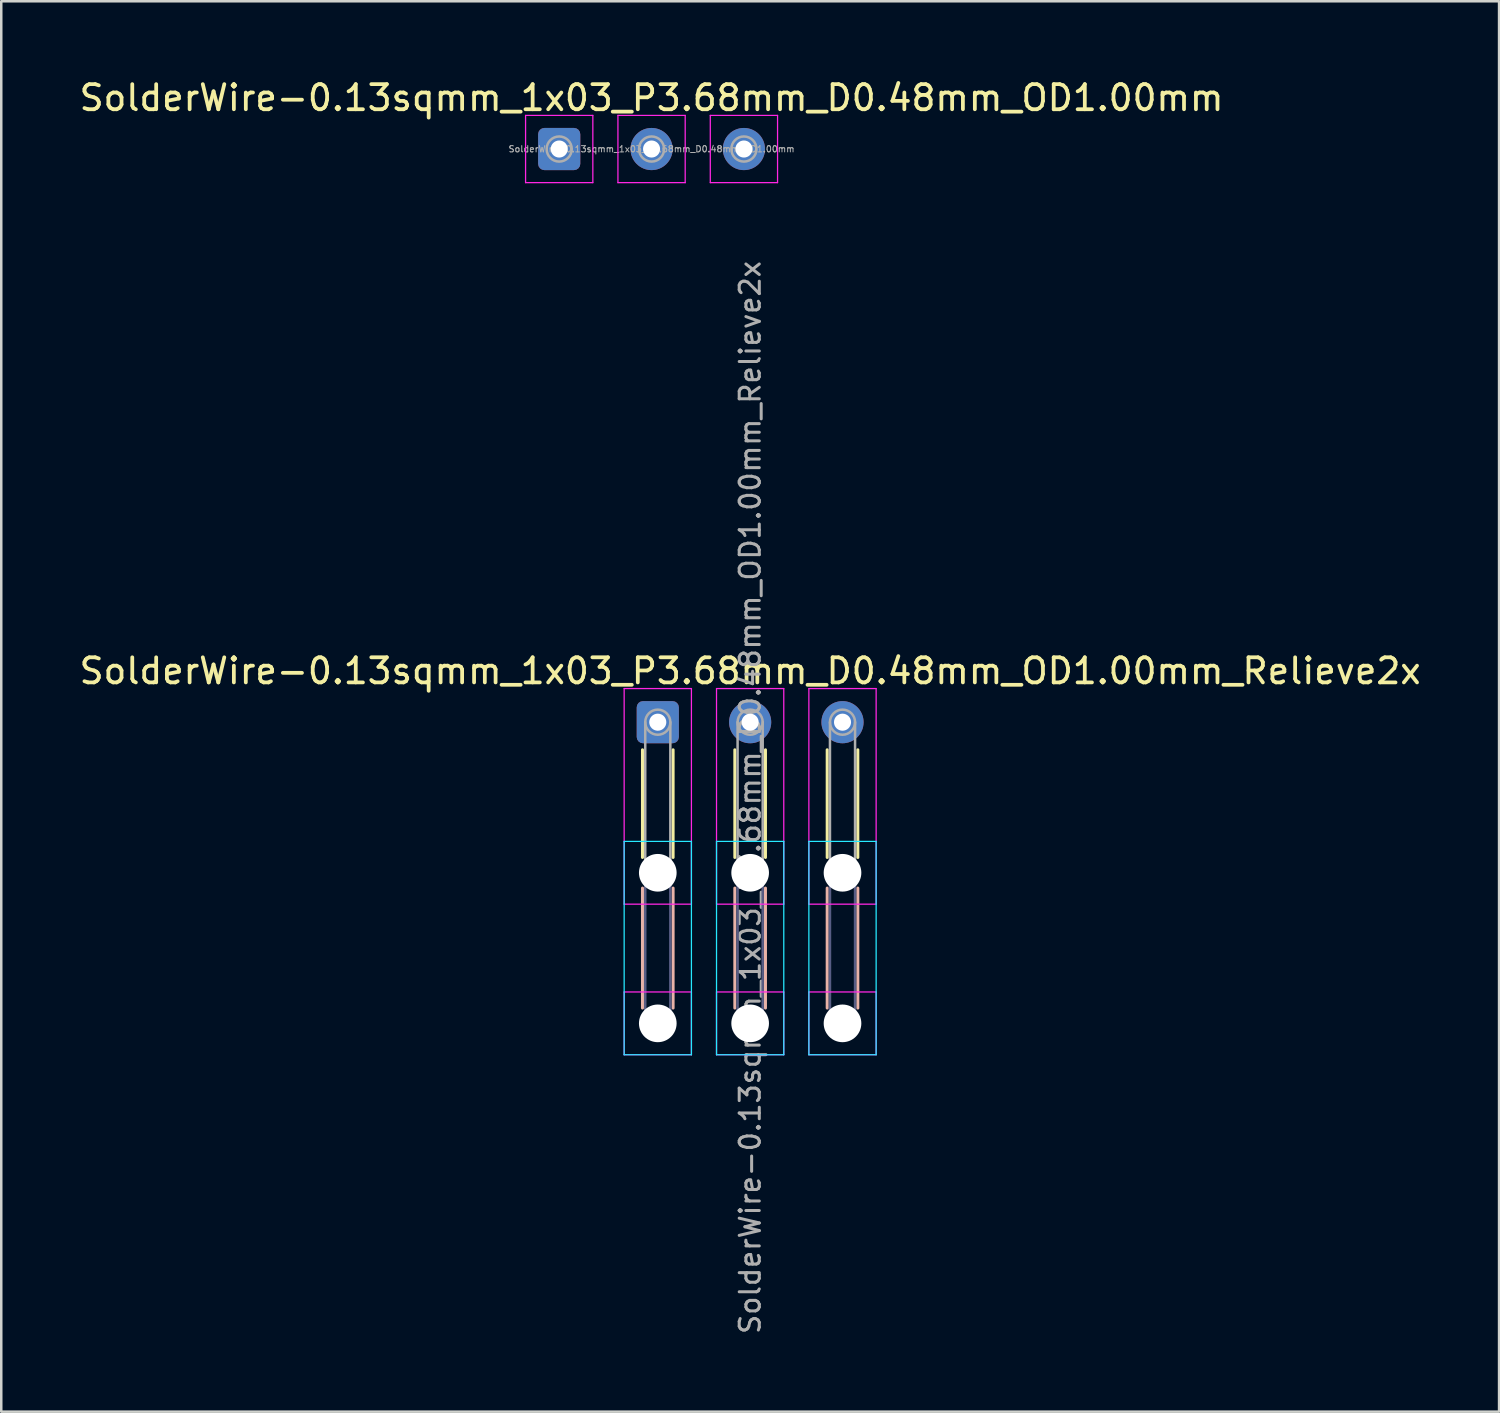
<source format=kicad_pcb>
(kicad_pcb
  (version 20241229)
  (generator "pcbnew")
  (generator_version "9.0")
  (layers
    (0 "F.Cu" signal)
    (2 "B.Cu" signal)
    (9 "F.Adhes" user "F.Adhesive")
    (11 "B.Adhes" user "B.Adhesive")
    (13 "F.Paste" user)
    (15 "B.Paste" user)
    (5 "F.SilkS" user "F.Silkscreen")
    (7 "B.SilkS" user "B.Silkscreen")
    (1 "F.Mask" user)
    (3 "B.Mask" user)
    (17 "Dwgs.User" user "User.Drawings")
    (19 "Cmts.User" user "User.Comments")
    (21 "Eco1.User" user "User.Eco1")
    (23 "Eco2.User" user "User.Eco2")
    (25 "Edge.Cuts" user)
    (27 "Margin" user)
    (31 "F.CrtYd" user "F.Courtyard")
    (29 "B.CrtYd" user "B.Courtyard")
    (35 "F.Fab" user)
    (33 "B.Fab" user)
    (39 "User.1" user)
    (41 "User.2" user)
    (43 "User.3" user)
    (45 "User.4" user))
  (footprint "SolderWire-0.13sqmm_1x03_P3.68mm_D0.48mm_OD1.00mm_Relieve2x"
    (layer "F.Cu")
    (at 23.159 25.725)
    (property "Reference" "SolderWire-0.13sqmm_1x03_P3.68mm_D0.48mm_OD1.00mm_Relieve2x" (at 3.68 -2.04 0) (layer "F.SilkS") (effects (font (size 1 1) (thickness 0.15))))
    (attr exclude_from_pos_files exclude_from_bom)
    (fp_line (start -0.61 1.1) (end -0.61 5.39) (stroke (width 0.12) (type solid)) (layer "F.SilkS"))
    (fp_line (start 0.61 1.1) (end 0.61 5.39) (stroke (width 0.12) (type solid)) (layer "F.SilkS"))
    (fp_line (start 3.07 1.1) (end 3.07 5.39) (stroke (width 0.12) (type solid)) (layer "F.SilkS"))
    (fp_line (start 4.29 1.1) (end 4.29 5.39) (stroke (width 0.12) (type solid)) (layer "F.SilkS"))
    (fp_line (start 6.75 1.1) (end 6.75 5.39) (stroke (width 0.12) (type solid)) (layer "F.SilkS"))
    (fp_line (start 7.97 1.1) (end 7.97 5.39) (stroke (width 0.12) (type solid)) (layer "F.SilkS"))
    (fp_line (start -0.61 6.61) (end -0.61 11.39) (stroke (width 0.12) (type solid)) (layer "B.SilkS"))
    (fp_line (start 0.61 6.61) (end 0.61 11.39) (stroke (width 0.12) (type solid)) (layer "B.SilkS"))
    (fp_line (start 3.07 6.61) (end 3.07 11.39) (stroke (width 0.12) (type solid)) (layer "B.SilkS"))
    (fp_line (start 4.29 6.61) (end 4.29 11.39) (stroke (width 0.12) (type solid)) (layer "B.SilkS"))
    (fp_line (start 6.75 6.61) (end 6.75 11.39) (stroke (width 0.12) (type solid)) (layer "B.SilkS"))
    (fp_line (start 7.97 6.61) (end 7.97 11.39) (stroke (width 0.12) (type solid)) (layer "B.SilkS"))
    (fp_line (start -1.34 4.75) (end -1.34 13.25) (stroke (width 0.05) (type solid)) (layer "B.CrtYd"))
    (fp_line (start -1.34 13.25) (end 1.34 13.25) (stroke (width 0.05) (type solid)) (layer "B.CrtYd"))
    (fp_line (start 1.34 4.75) (end -1.34 4.75) (stroke (width 0.05) (type solid)) (layer "B.CrtYd"))
    (fp_line (start 1.34 13.25) (end 1.34 4.75) (stroke (width 0.05) (type solid)) (layer "B.CrtYd"))
    (fp_line (start 2.34 4.75) (end 2.34 13.25) (stroke (width 0.05) (type solid)) (layer "B.CrtYd"))
    (fp_line (start 2.34 13.25) (end 5.02 13.25) (stroke (width 0.05) (type solid)) (layer "B.CrtYd"))
    (fp_line (start 5.02 4.75) (end 2.34 4.75) (stroke (width 0.05) (type solid)) (layer "B.CrtYd"))
    (fp_line (start 5.02 13.25) (end 5.02 4.75) (stroke (width 0.05) (type solid)) (layer "B.CrtYd"))
    (fp_line (start 6.02 4.75) (end 6.02 13.25) (stroke (width 0.05) (type solid)) (layer "B.CrtYd"))
    (fp_line (start 6.02 13.25) (end 8.7 13.25) (stroke (width 0.05) (type solid)) (layer "B.CrtYd"))
    (fp_line (start 8.7 4.75) (end 6.02 4.75) (stroke (width 0.05) (type solid)) (layer "B.CrtYd"))
    (fp_line (start 8.7 13.25) (end 8.7 4.75) (stroke (width 0.05) (type solid)) (layer "B.CrtYd"))
    (fp_line (start -1.34 -1.34) (end -1.34 7.25) (stroke (width 0.05) (type solid)) (layer "F.CrtYd"))
    (fp_line (start -1.34 7.25) (end 1.34 7.25) (stroke (width 0.05) (type solid)) (layer "F.CrtYd"))
    (fp_line (start -1.34 10.75) (end -1.34 13.25) (stroke (width 0.05) (type solid)) (layer "F.CrtYd"))
    (fp_line (start -1.34 13.25) (end 1.34 13.25) (stroke (width 0.05) (type solid)) (layer "F.CrtYd"))
    (fp_line (start 1.34 -1.34) (end -1.34 -1.34) (stroke (width 0.05) (type solid)) (layer "F.CrtYd"))
    (fp_line (start 1.34 7.25) (end 1.34 -1.34) (stroke (width 0.05) (type solid)) (layer "F.CrtYd"))
    (fp_line (start 1.34 10.75) (end -1.34 10.75) (stroke (width 0.05) (type solid)) (layer "F.CrtYd"))
    (fp_line (start 1.34 13.25) (end 1.34 10.75) (stroke (width 0.05) (type solid)) (layer "F.CrtYd"))
    (fp_line (start 2.34 -1.34) (end 2.34 7.25) (stroke (width 0.05) (type solid)) (layer "F.CrtYd"))
    (fp_line (start 2.34 7.25) (end 5.02 7.25) (stroke (width 0.05) (type solid)) (layer "F.CrtYd"))
    (fp_line (start 2.34 10.75) (end 2.34 13.25) (stroke (width 0.05) (type solid)) (layer "F.CrtYd"))
    (fp_line (start 2.34 13.25) (end 5.02 13.25) (stroke (width 0.05) (type solid)) (layer "F.CrtYd"))
    (fp_line (start 5.02 -1.34) (end 2.34 -1.34) (stroke (width 0.05) (type solid)) (layer "F.CrtYd"))
    (fp_line (start 5.02 7.25) (end 5.02 -1.34) (stroke (width 0.05) (type solid)) (layer "F.CrtYd"))
    (fp_line (start 5.02 10.75) (end 2.34 10.75) (stroke (width 0.05) (type solid)) (layer "F.CrtYd"))
    (fp_line (start 5.02 13.25) (end 5.02 10.75) (stroke (width 0.05) (type solid)) (layer "F.CrtYd"))
    (fp_line (start 6.02 -1.34) (end 6.02 7.25) (stroke (width 0.05) (type solid)) (layer "F.CrtYd"))
    (fp_line (start 6.02 7.25) (end 8.7 7.25) (stroke (width 0.05) (type solid)) (layer "F.CrtYd"))
    (fp_line (start 6.02 10.75) (end 6.02 13.25) (stroke (width 0.05) (type solid)) (layer "F.CrtYd"))
    (fp_line (start 6.02 13.25) (end 8.7 13.25) (stroke (width 0.05) (type solid)) (layer "F.CrtYd"))
    (fp_line (start 8.7 -1.34) (end 6.02 -1.34) (stroke (width 0.05) (type solid)) (layer "F.CrtYd"))
    (fp_line (start 8.7 7.25) (end 8.7 -1.34) (stroke (width 0.05) (type solid)) (layer "F.CrtYd"))
    (fp_line (start 8.7 10.75) (end 6.02 10.75) (stroke (width 0.05) (type solid)) (layer "F.CrtYd"))
    (fp_line (start 8.7 13.25) (end 8.7 10.75) (stroke (width 0.05) (type solid)) (layer "F.CrtYd"))
    (fp_line (start -0.5 6) (end -0.5 12) (stroke (width 0.1) (type solid)) (layer "B.Fab"))
    (fp_line (start 0.5 6) (end 0.5 12) (stroke (width 0.1) (type solid)) (layer "B.Fab"))
    (fp_line (start 3.18 6) (end 3.18 12) (stroke (width 0.1) (type solid)) (layer "B.Fab"))
    (fp_line (start 4.18 6) (end 4.18 12) (stroke (width 0.1) (type solid)) (layer "B.Fab"))
    (fp_line (start 6.86 6) (end 6.86 12) (stroke (width 0.1) (type solid)) (layer "B.Fab"))
    (fp_line (start 7.86 6) (end 7.86 12) (stroke (width 0.1) (type solid)) (layer "B.Fab"))
    (fp_circle (center 0 6) (end 0.5 6) (stroke (width 0.1) (type solid)) (fill no) (layer "B.Fab"))
    (fp_circle (center 0 12) (end 0.5 12) (stroke (width 0.1) (type solid)) (fill no) (layer "B.Fab"))
    (fp_circle (center 3.68 6) (end 4.18 6) (stroke (width 0.1) (type solid)) (fill no) (layer "B.Fab"))
    (fp_circle (center 3.68 12) (end 4.18 12) (stroke (width 0.1) (type solid)) (fill no) (layer "B.Fab"))
    (fp_circle (center 7.36 6) (end 7.86 6) (stroke (width 0.1) (type solid)) (fill no) (layer "B.Fab"))
    (fp_circle (center 7.36 12) (end 7.86 12) (stroke (width 0.1) (type solid)) (fill no) (layer "B.Fab"))
    (fp_line (start -0.5 0) (end -0.5 6) (stroke (width 0.1) (type solid)) (layer "F.Fab"))
    (fp_line (start 0.5 0) (end 0.5 6) (stroke (width 0.1) (type solid)) (layer "F.Fab"))
    (fp_line (start 3.18 0) (end 3.18 6) (stroke (width 0.1) (type solid)) (layer "F.Fab"))
    (fp_line (start 4.18 0) (end 4.18 6) (stroke (width 0.1) (type solid)) (layer "F.Fab"))
    (fp_line (start 6.86 0) (end 6.86 6) (stroke (width 0.1) (type solid)) (layer "F.Fab"))
    (fp_line (start 7.86 0) (end 7.86 6) (stroke (width 0.1) (type solid)) (layer "F.Fab"))
    (fp_circle (center 0 0) (end 0.5 0) (stroke (width 0.1) (type solid)) (fill no) (layer "F.Fab"))
    (fp_circle (center 0 6) (end 0.5 6) (stroke (width 0.1) (type solid)) (fill no) (layer "F.Fab"))
    (fp_circle (center 0 12) (end 0.5 12) (stroke (width 0.1) (type solid)) (fill no) (layer "F.Fab"))
    (fp_circle (center 3.68 0) (end 4.18 0) (stroke (width 0.1) (type solid)) (fill no) (layer "F.Fab"))
    (fp_circle (center 3.68 6) (end 4.18 6) (stroke (width 0.1) (type solid)) (fill no) (layer "F.Fab"))
    (fp_circle (center 3.68 12) (end 4.18 12) (stroke (width 0.1) (type solid)) (fill no) (layer "F.Fab"))
    (fp_circle (center 7.36 0) (end 7.86 0) (stroke (width 0.1) (type solid)) (fill no) (layer "F.Fab"))
    (fp_circle (center 7.36 6) (end 7.86 6) (stroke (width 0.1) (type solid)) (fill no) (layer "F.Fab"))
    (fp_circle (center 7.36 12) (end 7.86 12) (stroke (width 0.1) (type solid)) (fill no) (layer "F.Fab"))
    (fp_text user "${REFERENCE}" (at 3.68 3 90) (layer "F.Fab") (effects (font (size 0.8 0.8) (thickness 0.12))))
    (pad "" np_thru_hole circle (at 0 6) (size 1.5 1.5) (drill 1.5) (layers "*.Cu" "*.Mask"))
    (pad "" np_thru_hole circle (at 0 12) (size 1.5 1.5) (drill 1.5) (layers "*.Cu" "*.Mask"))
    (pad "" np_thru_hole circle (at 3.68 6) (size 1.5 1.5) (drill 1.5) (layers "*.Cu" "*.Mask"))
    (pad "" np_thru_hole circle (at 3.68 12) (size 1.5 1.5) (drill 1.5) (layers "*.Cu" "*.Mask"))
    (pad "" np_thru_hole circle (at 7.36 6) (size 1.5 1.5) (drill 1.5) (layers "*.Cu" "*.Mask"))
    (pad "" np_thru_hole circle (at 7.36 12) (size 1.5 1.5) (drill 1.5) (layers "*.Cu" "*.Mask"))
    (pad "1" thru_hole roundrect (at 0 0) (size 1.68 1.68) (drill 0.68) (layers "*.Cu" "*.Mask") (roundrect_rratio 0.149))
    (pad "2" thru_hole circle (at 3.68 0) (size 1.68 1.68) (drill 0.68) (layers "*.Cu" "*.Mask"))
    (pad "3" thru_hole circle (at 7.36 0) (size 1.68 1.68) (drill 0.68) (layers "*.Cu" "*.Mask")))
  (footprint "SolderWire-0.13sqmm_1x03_P3.68mm_D0.48mm_OD1.00mm"
    (layer "F.Cu")
    (at 19.231 2.888)
    (property "Reference" "SolderWire-0.13sqmm_1x03_P3.68mm_D0.48mm_OD1.00mm" (at 3.68 -2.04 0) (layer "F.SilkS") (effects (font (size 1 1) (thickness 0.15))))
    (attr exclude_from_pos_files exclude_from_bom)
    (fp_line (start -1.34 -1.34) (end -1.34 1.34) (stroke (width 0.05) (type solid)) (layer "F.CrtYd"))
    (fp_line (start -1.34 1.34) (end 1.34 1.34) (stroke (width 0.05) (type solid)) (layer "F.CrtYd"))
    (fp_line (start 1.34 -1.34) (end -1.34 -1.34) (stroke (width 0.05) (type solid)) (layer "F.CrtYd"))
    (fp_line (start 1.34 1.34) (end 1.34 -1.34) (stroke (width 0.05) (type solid)) (layer "F.CrtYd"))
    (fp_line (start 2.34 -1.34) (end 2.34 1.34) (stroke (width 0.05) (type solid)) (layer "F.CrtYd"))
    (fp_line (start 2.34 1.34) (end 5.02 1.34) (stroke (width 0.05) (type solid)) (layer "F.CrtYd"))
    (fp_line (start 5.02 -1.34) (end 2.34 -1.34) (stroke (width 0.05) (type solid)) (layer "F.CrtYd"))
    (fp_line (start 5.02 1.34) (end 5.02 -1.34) (stroke (width 0.05) (type solid)) (layer "F.CrtYd"))
    (fp_line (start 6.02 -1.34) (end 6.02 1.34) (stroke (width 0.05) (type solid)) (layer "F.CrtYd"))
    (fp_line (start 6.02 1.34) (end 8.7 1.34) (stroke (width 0.05) (type solid)) (layer "F.CrtYd"))
    (fp_line (start 8.7 -1.34) (end 6.02 -1.34) (stroke (width 0.05) (type solid)) (layer "F.CrtYd"))
    (fp_line (start 8.7 1.34) (end 8.7 -1.34) (stroke (width 0.05) (type solid)) (layer "F.CrtYd"))
    (fp_circle (center 0 0) (end 0.5 0) (stroke (width 0.1) (type solid)) (fill no) (layer "F.Fab"))
    (fp_circle (center 3.68 0) (end 4.18 0) (stroke (width 0.1) (type solid)) (fill no) (layer "F.Fab"))
    (fp_circle (center 7.36 0) (end 7.86 0) (stroke (width 0.1) (type solid)) (fill no) (layer "F.Fab"))
    (fp_text user "${REFERENCE}" (at 3.68 0 0) (layer "F.Fab") (effects (font (size 0.25 0.25) (thickness 0.04))))
    (pad "1" thru_hole roundrect (at 0 0) (size 1.68 1.68) (drill 0.68) (layers "*.Cu" "*.Mask") (roundrect_rratio 0.149))
    (pad "2" thru_hole circle (at 3.68 0) (size 1.68 1.68) (drill 0.68) (layers "*.Cu" "*.Mask"))
    (pad "3" thru_hole circle (at 7.36 0) (size 1.68 1.68) (drill 0.68) (layers "*.Cu" "*.Mask")))
  (gr_rect
    (start -3 -3)
    (end 56.679 53.196)
    (stroke (width 0.1) (type default))
    (fill no)
    (layer "Edge.Cuts")))
</source>
